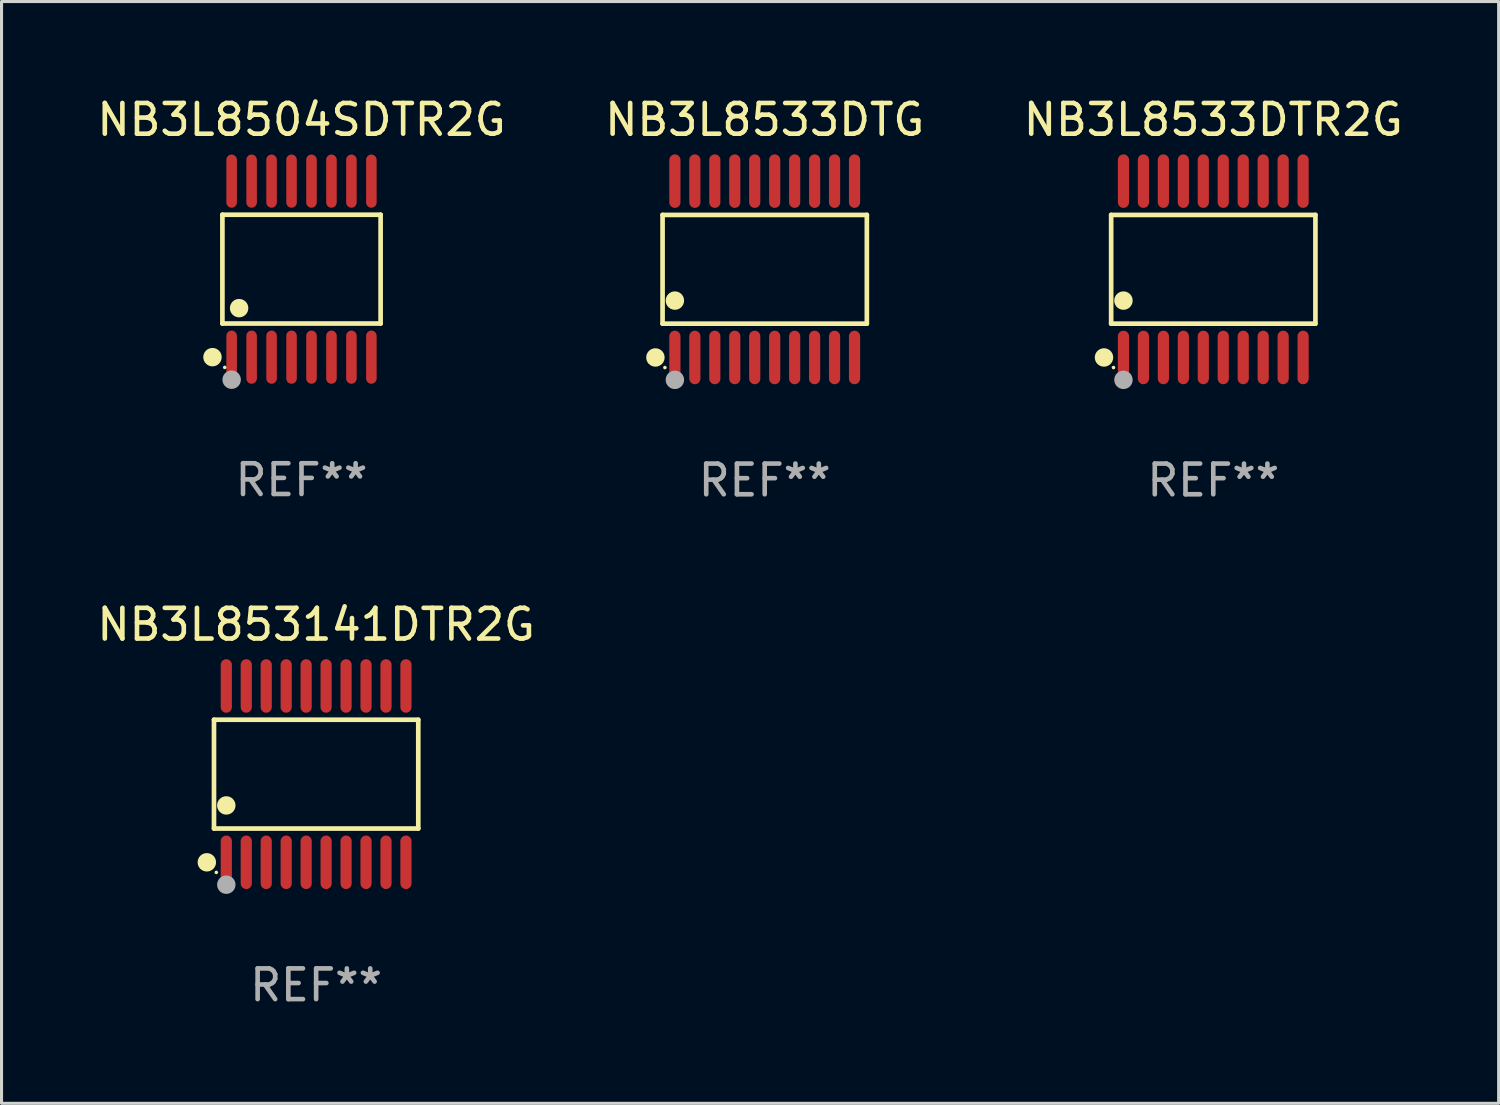
<source format=kicad_pcb>
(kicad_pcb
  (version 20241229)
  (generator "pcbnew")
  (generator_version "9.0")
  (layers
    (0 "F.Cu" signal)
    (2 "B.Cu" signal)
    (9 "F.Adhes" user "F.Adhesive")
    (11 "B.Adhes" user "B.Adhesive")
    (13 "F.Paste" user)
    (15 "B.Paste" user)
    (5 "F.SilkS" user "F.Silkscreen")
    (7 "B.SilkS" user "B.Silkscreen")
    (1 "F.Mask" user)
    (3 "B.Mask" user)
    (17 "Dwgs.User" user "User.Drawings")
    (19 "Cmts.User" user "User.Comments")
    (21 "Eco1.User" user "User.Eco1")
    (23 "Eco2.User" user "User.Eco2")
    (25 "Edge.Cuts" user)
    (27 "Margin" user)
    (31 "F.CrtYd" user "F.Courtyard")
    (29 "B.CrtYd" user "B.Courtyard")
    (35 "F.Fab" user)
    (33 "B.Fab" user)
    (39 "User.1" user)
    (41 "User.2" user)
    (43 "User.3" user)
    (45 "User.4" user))
  (footprint "NB3L853141DTR2G"
    (layer "F.Cu")
    (at 7.244 22.158)
    (property "Reference" "NB3L853141DTR2G" (at 0 -4.871 0) (layer "F.SilkS") (effects (font (size 1 1) (thickness 0.15))))
    (attr through_hole)
    (fp_line (start -3.326 -1.771) (end 3.326 -1.771) (stroke (width 0.152) (type solid)) (layer "F.SilkS"))
    (fp_line (start -3.326 1.771) (end -3.326 -1.771) (stroke (width 0.152) (type solid)) (layer "F.SilkS"))
    (fp_line (start 3.326 -1.771) (end 3.326 1.771) (stroke (width 0.152) (type solid)) (layer "F.SilkS"))
    (fp_line (start 3.326 1.771) (end -3.326 1.771) (stroke (width 0.152) (type solid)) (layer "F.SilkS"))
    (fp_circle (center -3.559 2.871) (end -3.409 2.871) (stroke (width 0.3) (type solid)) (fill no) (layer "F.SilkS"))
    (fp_circle (center -3.25 3.2) (end -3.22 3.2) (stroke (width 0.06) (type solid)) (fill no) (layer "F.SilkS"))
    (fp_circle (center -2.925 1.019) (end -2.775 1.019) (stroke (width 0.3) (type solid)) (fill no) (layer "F.SilkS"))
    (fp_circle (center -2.925 3.6) (end -2.775 3.6) (stroke (width 0.3) (type solid)) (fill no) (layer "F.Fab"))
    (fp_text user "REF**" (at 0 6.871 0) (layer "F.Fab") (effects (font (size 1 1) (thickness 0.15))))
    (pad "1" smd oval (at -2.925 2.871) (size 0.364 1.742) (layers "F.Cu" "F.Mask" "F.Paste"))
    (pad "2" smd oval (at -2.275 2.871) (size 0.364 1.742) (layers "F.Cu" "F.Mask" "F.Paste"))
    (pad "3" smd oval (at -1.625 2.871) (size 0.364 1.742) (layers "F.Cu" "F.Mask" "F.Paste"))
    (pad "4" smd oval (at -0.975 2.871) (size 0.364 1.742) (layers "F.Cu" "F.Mask" "F.Paste"))
    (pad "5" smd oval (at -0.325 2.871) (size 0.364 1.742) (layers "F.Cu" "F.Mask" "F.Paste"))
    (pad "6" smd oval (at 0.325 2.871) (size 0.364 1.742) (layers "F.Cu" "F.Mask" "F.Paste"))
    (pad "7" smd oval (at 0.975 2.871) (size 0.364 1.742) (layers "F.Cu" "F.Mask" "F.Paste"))
    (pad "8" smd oval (at 1.625 2.871) (size 0.364 1.742) (layers "F.Cu" "F.Mask" "F.Paste"))
    (pad "9" smd oval (at 2.275 2.871) (size 0.364 1.742) (layers "F.Cu" "F.Mask" "F.Paste"))
    (pad "10" smd oval (at 2.925 2.871) (size 0.364 1.742) (layers "F.Cu" "F.Mask" "F.Paste"))
    (pad "11" smd oval (at 2.925 -2.871) (size 0.364 1.742) (layers "F.Cu" "F.Mask" "F.Paste"))
    (pad "12" smd oval (at 2.275 -2.871) (size 0.364 1.742) (layers "F.Cu" "F.Mask" "F.Paste"))
    (pad "13" smd oval (at 1.625 -2.871) (size 0.364 1.742) (layers "F.Cu" "F.Mask" "F.Paste"))
    (pad "14" smd oval (at 0.975 -2.871) (size 0.364 1.742) (layers "F.Cu" "F.Mask" "F.Paste"))
    (pad "15" smd oval (at 0.325 -2.871) (size 0.364 1.742) (layers "F.Cu" "F.Mask" "F.Paste"))
    (pad "16" smd oval (at -0.325 -2.871) (size 0.364 1.742) (layers "F.Cu" "F.Mask" "F.Paste"))
    (pad "17" smd oval (at -0.975 -2.871) (size 0.364 1.742) (layers "F.Cu" "F.Mask" "F.Paste"))
    (pad "18" smd oval (at -1.625 -2.871) (size 0.364 1.742) (layers "F.Cu" "F.Mask" "F.Paste"))
    (pad "19" smd oval (at -2.275 -2.871) (size 0.364 1.742) (layers "F.Cu" "F.Mask" "F.Paste"))
    (pad "20" smd oval (at -2.925 -2.871) (size 0.364 1.742) (layers "F.Cu" "F.Mask" "F.Paste")))
  (footprint "NB3L8533DTR2G"
    (layer "F.Cu")
    (at 36.458 5.719)
    (property "Reference" "NB3L8533DTR2G" (at 0 -4.871 0) (layer "F.SilkS") (effects (font (size 1 1) (thickness 0.15))))
    (attr through_hole)
    (fp_line (start -3.326 -1.771) (end 3.326 -1.771) (stroke (width 0.152) (type solid)) (layer "F.SilkS"))
    (fp_line (start -3.326 1.771) (end -3.326 -1.771) (stroke (width 0.152) (type solid)) (layer "F.SilkS"))
    (fp_line (start 3.326 -1.771) (end 3.326 1.771) (stroke (width 0.152) (type solid)) (layer "F.SilkS"))
    (fp_line (start 3.326 1.771) (end -3.326 1.771) (stroke (width 0.152) (type solid)) (layer "F.SilkS"))
    (fp_circle (center -3.559 2.871) (end -3.409 2.871) (stroke (width 0.3) (type solid)) (fill no) (layer "F.SilkS"))
    (fp_circle (center -3.25 3.2) (end -3.22 3.2) (stroke (width 0.06) (type solid)) (fill no) (layer "F.SilkS"))
    (fp_circle (center -2.925 1.019) (end -2.775 1.019) (stroke (width 0.3) (type solid)) (fill no) (layer "F.SilkS"))
    (fp_circle (center -2.925 3.6) (end -2.775 3.6) (stroke (width 0.3) (type solid)) (fill no) (layer "F.Fab"))
    (fp_text user "REF**" (at 0 6.871 0) (layer "F.Fab") (effects (font (size 1 1) (thickness 0.15))))
    (pad "1" smd oval (at -2.925 2.871) (size 0.364 1.742) (layers "F.Cu" "F.Mask" "F.Paste"))
    (pad "2" smd oval (at -2.275 2.871) (size 0.364 1.742) (layers "F.Cu" "F.Mask" "F.Paste"))
    (pad "3" smd oval (at -1.625 2.871) (size 0.364 1.742) (layers "F.Cu" "F.Mask" "F.Paste"))
    (pad "4" smd oval (at -0.975 2.871) (size 0.364 1.742) (layers "F.Cu" "F.Mask" "F.Paste"))
    (pad "5" smd oval (at -0.325 2.871) (size 0.364 1.742) (layers "F.Cu" "F.Mask" "F.Paste"))
    (pad "6" smd oval (at 0.325 2.871) (size 0.364 1.742) (layers "F.Cu" "F.Mask" "F.Paste"))
    (pad "7" smd oval (at 0.975 2.871) (size 0.364 1.742) (layers "F.Cu" "F.Mask" "F.Paste"))
    (pad "8" smd oval (at 1.625 2.871) (size 0.364 1.742) (layers "F.Cu" "F.Mask" "F.Paste"))
    (pad "9" smd oval (at 2.275 2.871) (size 0.364 1.742) (layers "F.Cu" "F.Mask" "F.Paste"))
    (pad "10" smd oval (at 2.925 2.871) (size 0.364 1.742) (layers "F.Cu" "F.Mask" "F.Paste"))
    (pad "11" smd oval (at 2.925 -2.871) (size 0.364 1.742) (layers "F.Cu" "F.Mask" "F.Paste"))
    (pad "12" smd oval (at 2.275 -2.871) (size 0.364 1.742) (layers "F.Cu" "F.Mask" "F.Paste"))
    (pad "13" smd oval (at 1.625 -2.871) (size 0.364 1.742) (layers "F.Cu" "F.Mask" "F.Paste"))
    (pad "14" smd oval (at 0.975 -2.871) (size 0.364 1.742) (layers "F.Cu" "F.Mask" "F.Paste"))
    (pad "15" smd oval (at 0.325 -2.871) (size 0.364 1.742) (layers "F.Cu" "F.Mask" "F.Paste"))
    (pad "16" smd oval (at -0.325 -2.871) (size 0.364 1.742) (layers "F.Cu" "F.Mask" "F.Paste"))
    (pad "17" smd oval (at -0.975 -2.871) (size 0.364 1.742) (layers "F.Cu" "F.Mask" "F.Paste"))
    (pad "18" smd oval (at -1.625 -2.871) (size 0.364 1.742) (layers "F.Cu" "F.Mask" "F.Paste"))
    (pad "19" smd oval (at -2.275 -2.871) (size 0.364 1.742) (layers "F.Cu" "F.Mask" "F.Paste"))
    (pad "20" smd oval (at -2.925 -2.871) (size 0.364 1.742) (layers "F.Cu" "F.Mask" "F.Paste")))
  (footprint "NB3L8504SDTR2G"
    (layer "F.Cu")
    (at 6.768 5.714)
    (property "Reference" "NB3L8504SDTR2G" (at 0 -4.866 0) (layer "F.SilkS") (effects (font (size 1 1) (thickness 0.15))))
    (attr through_hole)
    (fp_line (start -2.576 -1.772) (end 2.576 -1.772) (stroke (width 0.152) (type solid)) (layer "F.SilkS"))
    (fp_line (start -2.576 1.771) (end -2.576 -1.772) (stroke (width 0.152) (type solid)) (layer "F.SilkS"))
    (fp_line (start 2.576 -1.772) (end 2.576 1.771) (stroke (width 0.152) (type solid)) (layer "F.SilkS"))
    (fp_line (start 2.576 1.771) (end -2.576 1.771) (stroke (width 0.152) (type solid)) (layer "F.SilkS"))
    (fp_circle (center -2.899 2.866) (end -2.749 2.866) (stroke (width 0.3) (type solid)) (fill no) (layer "F.SilkS"))
    (fp_circle (center -2.5 3.2) (end -2.47 3.2) (stroke (width 0.06) (type solid)) (fill no) (layer "F.SilkS"))
    (fp_circle (center -2.032 1.27) (end -1.882 1.27) (stroke (width 0.3) (type solid)) (fill no) (layer "F.SilkS"))
    (fp_circle (center -2.275 3.6) (end -2.125 3.6) (stroke (width 0.3) (type solid)) (fill no) (layer "F.Fab"))
    (fp_text user "REF**" (at 0 6.866 0) (layer "F.Fab") (effects (font (size 1 1) (thickness 0.15))))
    (pad "1" smd oval (at -2.275 2.866) (size 0.343 1.731) (layers "F.Cu" "F.Mask" "F.Paste"))
    (pad "2" smd oval (at -1.625 2.866) (size 0.343 1.731) (layers "F.Cu" "F.Mask" "F.Paste"))
    (pad "3" smd oval (at -0.975 2.866) (size 0.343 1.731) (layers "F.Cu" "F.Mask" "F.Paste"))
    (pad "4" smd oval (at -0.325 2.866) (size 0.343 1.731) (layers "F.Cu" "F.Mask" "F.Paste"))
    (pad "5" smd oval (at 0.325 2.866) (size 0.343 1.731) (layers "F.Cu" "F.Mask" "F.Paste"))
    (pad "6" smd oval (at 0.975 2.866) (size 0.343 1.731) (layers "F.Cu" "F.Mask" "F.Paste"))
    (pad "7" smd oval (at 1.625 2.866) (size 0.343 1.731) (layers "F.Cu" "F.Mask" "F.Paste"))
    (pad "8" smd oval (at 2.275 2.866) (size 0.343 1.731) (layers "F.Cu" "F.Mask" "F.Paste"))
    (pad "9" smd oval (at 2.275 -2.866) (size 0.343 1.731) (layers "F.Cu" "F.Mask" "F.Paste"))
    (pad "10" smd oval (at 1.625 -2.866) (size 0.343 1.731) (layers "F.Cu" "F.Mask" "F.Paste"))
    (pad "11" smd oval (at 0.975 -2.866) (size 0.343 1.731) (layers "F.Cu" "F.Mask" "F.Paste"))
    (pad "12" smd oval (at 0.325 -2.866) (size 0.343 1.731) (layers "F.Cu" "F.Mask" "F.Paste"))
    (pad "13" smd oval (at -0.325 -2.866) (size 0.343 1.731) (layers "F.Cu" "F.Mask" "F.Paste"))
    (pad "14" smd oval (at -0.975 -2.866) (size 0.343 1.731) (layers "F.Cu" "F.Mask" "F.Paste"))
    (pad "15" smd oval (at -1.625 -2.866) (size 0.343 1.731) (layers "F.Cu" "F.Mask" "F.Paste"))
    (pad "16" smd oval (at -2.275 -2.866) (size 0.343 1.731) (layers "F.Cu" "F.Mask" "F.Paste")))
  (footprint "NB3L8533DTG"
    (layer "F.Cu")
    (at 21.851 5.719)
    (property "Reference" "NB3L8533DTG" (at 0 -4.871 0) (layer "F.SilkS") (effects (font (size 1 1) (thickness 0.15))))
    (attr through_hole)
    (fp_line (start -3.326 -1.771) (end 3.326 -1.771) (stroke (width 0.152) (type solid)) (layer "F.SilkS"))
    (fp_line (start -3.326 1.771) (end -3.326 -1.771) (stroke (width 0.152) (type solid)) (layer "F.SilkS"))
    (fp_line (start 3.326 -1.771) (end 3.326 1.771) (stroke (width 0.152) (type solid)) (layer "F.SilkS"))
    (fp_line (start 3.326 1.771) (end -3.326 1.771) (stroke (width 0.152) (type solid)) (layer "F.SilkS"))
    (fp_circle (center -3.559 2.871) (end -3.409 2.871) (stroke (width 0.3) (type solid)) (fill no) (layer "F.SilkS"))
    (fp_circle (center -3.25 3.2) (end -3.22 3.2) (stroke (width 0.06) (type solid)) (fill no) (layer "F.SilkS"))
    (fp_circle (center -2.925 1.019) (end -2.775 1.019) (stroke (width 0.3) (type solid)) (fill no) (layer "F.SilkS"))
    (fp_circle (center -2.925 3.6) (end -2.775 3.6) (stroke (width 0.3) (type solid)) (fill no) (layer "F.Fab"))
    (fp_text user "REF**" (at 0 6.871 0) (layer "F.Fab") (effects (font (size 1 1) (thickness 0.15))))
    (pad "1" smd oval (at -2.925 2.871) (size 0.364 1.742) (layers "F.Cu" "F.Mask" "F.Paste"))
    (pad "2" smd oval (at -2.275 2.871) (size 0.364 1.742) (layers "F.Cu" "F.Mask" "F.Paste"))
    (pad "3" smd oval (at -1.625 2.871) (size 0.364 1.742) (layers "F.Cu" "F.Mask" "F.Paste"))
    (pad "4" smd oval (at -0.975 2.871) (size 0.364 1.742) (layers "F.Cu" "F.Mask" "F.Paste"))
    (pad "5" smd oval (at -0.325 2.871) (size 0.364 1.742) (layers "F.Cu" "F.Mask" "F.Paste"))
    (pad "6" smd oval (at 0.325 2.871) (size 0.364 1.742) (layers "F.Cu" "F.Mask" "F.Paste"))
    (pad "7" smd oval (at 0.975 2.871) (size 0.364 1.742) (layers "F.Cu" "F.Mask" "F.Paste"))
    (pad "8" smd oval (at 1.625 2.871) (size 0.364 1.742) (layers "F.Cu" "F.Mask" "F.Paste"))
    (pad "9" smd oval (at 2.275 2.871) (size 0.364 1.742) (layers "F.Cu" "F.Mask" "F.Paste"))
    (pad "10" smd oval (at 2.925 2.871) (size 0.364 1.742) (layers "F.Cu" "F.Mask" "F.Paste"))
    (pad "11" smd oval (at 2.925 -2.871) (size 0.364 1.742) (layers "F.Cu" "F.Mask" "F.Paste"))
    (pad "12" smd oval (at 2.275 -2.871) (size 0.364 1.742) (layers "F.Cu" "F.Mask" "F.Paste"))
    (pad "13" smd oval (at 1.625 -2.871) (size 0.364 1.742) (layers "F.Cu" "F.Mask" "F.Paste"))
    (pad "14" smd oval (at 0.975 -2.871) (size 0.364 1.742) (layers "F.Cu" "F.Mask" "F.Paste"))
    (pad "15" smd oval (at 0.325 -2.871) (size 0.364 1.742) (layers "F.Cu" "F.Mask" "F.Paste"))
    (pad "16" smd oval (at -0.325 -2.871) (size 0.364 1.742) (layers "F.Cu" "F.Mask" "F.Paste"))
    (pad "17" smd oval (at -0.975 -2.871) (size 0.364 1.742) (layers "F.Cu" "F.Mask" "F.Paste"))
    (pad "18" smd oval (at -1.625 -2.871) (size 0.364 1.742) (layers "F.Cu" "F.Mask" "F.Paste"))
    (pad "19" smd oval (at -2.275 -2.871) (size 0.364 1.742) (layers "F.Cu" "F.Mask" "F.Paste"))
    (pad "20" smd oval (at -2.925 -2.871) (size 0.364 1.742) (layers "F.Cu" "F.Mask" "F.Paste")))
  (gr_rect
    (start -3 -3)
    (end 45.75 32.877)
    (stroke (width 0.1) (type default))
    (fill no)
    (layer "Edge.Cuts")))
</source>
